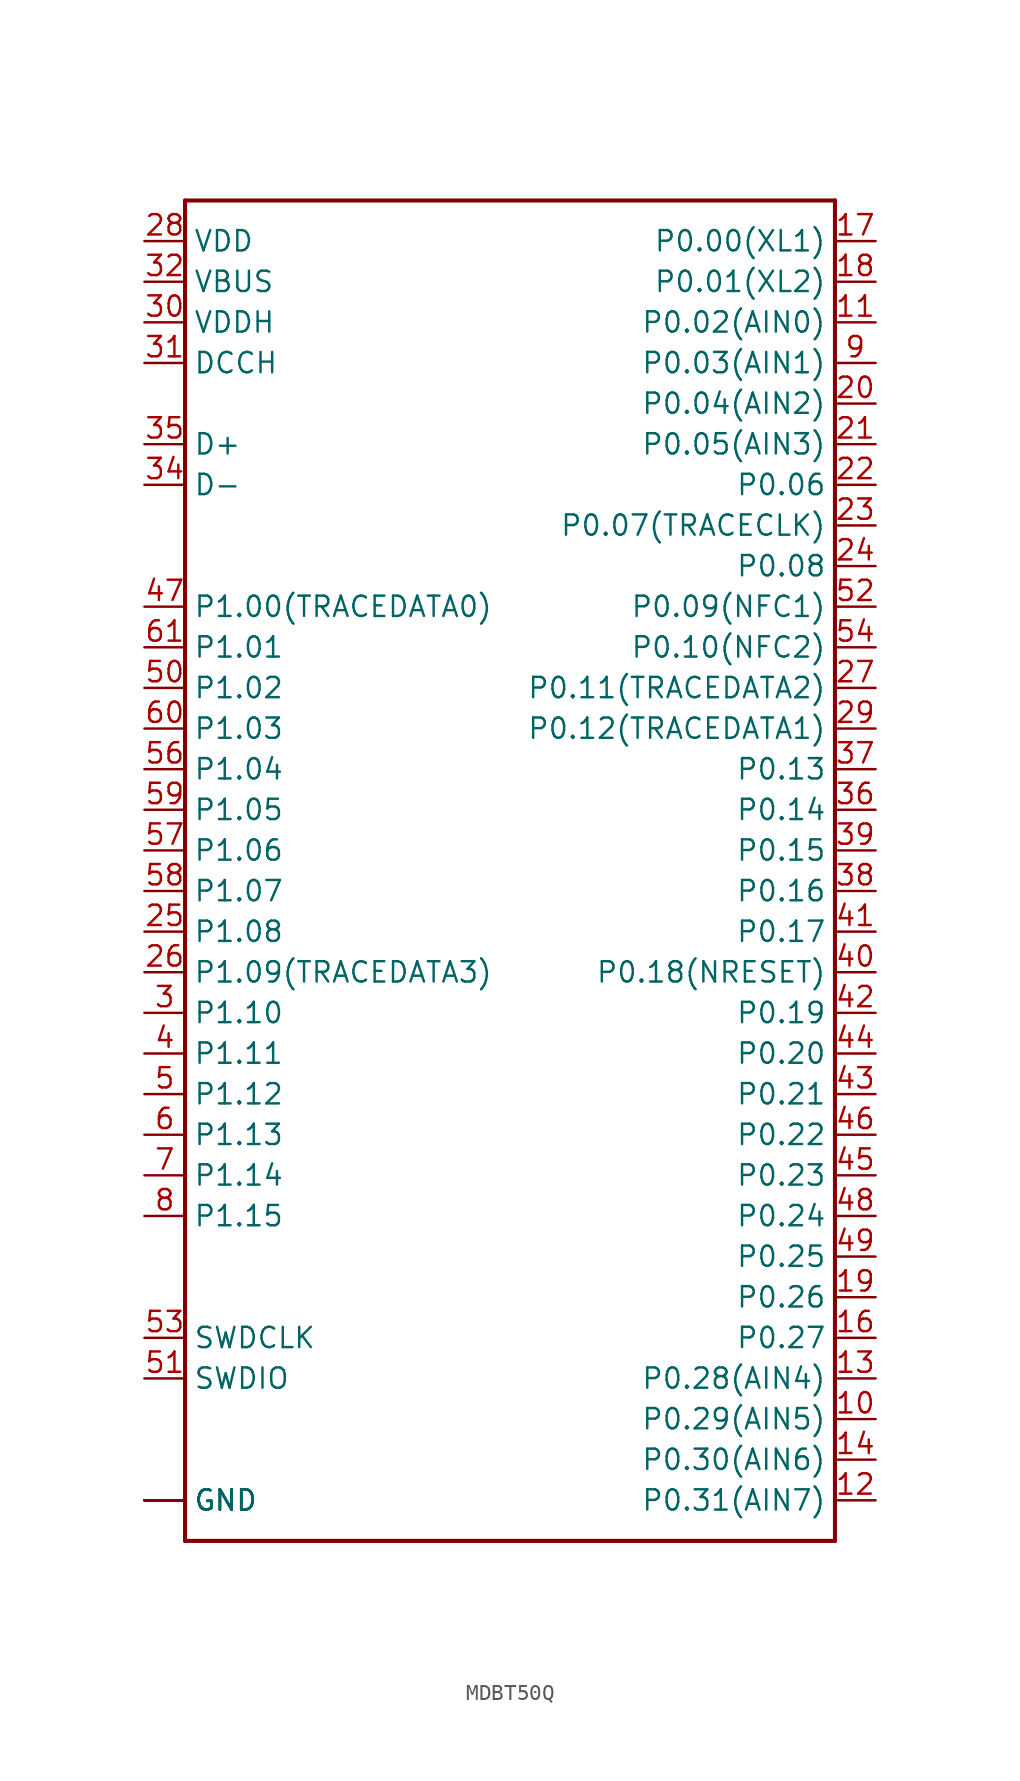
<source format=kicad_sym>
(kicad_symbol_lib
  (version 20220914)
  (generator kicad_symbol_editor)
  (symbol "MDBT50Q"
    (property "Reference" "U"
      (at -20.32 38.354 0)
      (effects (font (size 1.778 1.778)) (justify left bottom) hide))
    (property "ki_locked" ""
      (at 0 0 0)
      (effects (font (size 1.27 1.27))))
    (symbol "MDBT50Q_1_0"
      (polyline (pts (xy -20.32 -45.72) (xy 20.32 -45.72)) (stroke (width 0.254) (type solid)) (fill (type none)))
      (polyline (pts (xy -20.32 38.1) (xy -20.32 -45.72)) (stroke (width 0.254) (type solid)) (fill (type none)))
      (polyline (pts (xy 20.32 -45.72) (xy 20.32 38.1)) (stroke (width 0.254) (type solid)) (fill (type none)))
      (polyline (pts (xy 20.32 38.1) (xy -20.32 38.1)) (stroke (width 0.254) (type solid)) (fill (type none)))
      (pin bidirectional line (at -22.86 -43.18 0) (length 2.54) (name "GND" (effects (font (size 1.27 1.27)))) (number "1" (effects (font (size 0 0)))))
      (pin bidirectional line (at 22.86 -38.1 180) (length 2.54) (name "P0.29(AIN5)" (effects (font (size 1.27 1.27)))) (number "10" (effects (font (size 1.27 1.27)))))
      (pin bidirectional line (at 22.86 30.48 180) (length 2.54) (name "P0.02(AIN0)" (effects (font (size 1.27 1.27)))) (number "11" (effects (font (size 1.27 1.27)))))
      (pin bidirectional line (at 22.86 -43.18 180) (length 2.54) (name "P0.31(AIN7)" (effects (font (size 1.27 1.27)))) (number "12" (effects (font (size 1.27 1.27)))))
      (pin bidirectional line (at 22.86 -35.56 180) (length 2.54) (name "P0.28(AIN4)" (effects (font (size 1.27 1.27)))) (number "13" (effects (font (size 1.27 1.27)))))
      (pin bidirectional line (at 22.86 -40.64 180) (length 2.54) (name "P0.30(AIN6)" (effects (font (size 1.27 1.27)))) (number "14" (effects (font (size 1.27 1.27)))))
      (pin bidirectional line (at -22.86 -43.18 0) (length 2.54) (name "GND" (effects (font (size 1.27 1.27)))) (number "15" (effects (font (size 0 0)))))
      (pin bidirectional line (at 22.86 -33.02 180) (length 2.54) (name "P0.27" (effects (font (size 1.27 1.27)))) (number "16" (effects (font (size 1.27 1.27)))))
      (pin bidirectional line (at 22.86 35.56 180) (length 2.54) (name "P0.00(XL1)" (effects (font (size 1.27 1.27)))) (number "17" (effects (font (size 1.27 1.27)))))
      (pin bidirectional line (at 22.86 33.02 180) (length 2.54) (name "P0.01(XL2)" (effects (font (size 1.27 1.27)))) (number "18" (effects (font (size 1.27 1.27)))))
      (pin bidirectional line (at 22.86 -30.48 180) (length 2.54) (name "P0.26" (effects (font (size 1.27 1.27)))) (number "19" (effects (font (size 1.27 1.27)))))
      (pin bidirectional line (at -22.86 -43.18 0) (length 2.54) (name "GND" (effects (font (size 1.27 1.27)))) (number "2" (effects (font (size 0 0)))))
      (pin bidirectional line (at 22.86 25.4 180) (length 2.54) (name "P0.04(AIN2)" (effects (font (size 1.27 1.27)))) (number "20" (effects (font (size 1.27 1.27)))))
      (pin bidirectional line (at 22.86 22.86 180) (length 2.54) (name "P0.05(AIN3)" (effects (font (size 1.27 1.27)))) (number "21" (effects (font (size 1.27 1.27)))))
      (pin bidirectional line (at 22.86 20.32 180) (length 2.54) (name "P0.06" (effects (font (size 1.27 1.27)))) (number "22" (effects (font (size 1.27 1.27)))))
      (pin bidirectional line (at 22.86 17.78 180) (length 2.54) (name "P0.07(TRACECLK)" (effects (font (size 1.27 1.27)))) (number "23" (effects (font (size 1.27 1.27)))))
      (pin bidirectional line (at 22.86 15.24 180) (length 2.54) (name "P0.08" (effects (font (size 1.27 1.27)))) (number "24" (effects (font (size 1.27 1.27)))))
      (pin bidirectional line (at -22.86 -7.62 0) (length 2.54) (name "P1.08" (effects (font (size 1.27 1.27)))) (number "25" (effects (font (size 1.27 1.27)))))
      (pin bidirectional line (at -22.86 -10.16 0) (length 2.54) (name "P1.09(TRACEDATA3)" (effects (font (size 1.27 1.27)))) (number "26" (effects (font (size 1.27 1.27)))))
      (pin bidirectional line (at 22.86 7.62 180) (length 2.54) (name "P0.11(TRACEDATA2)" (effects (font (size 1.27 1.27)))) (number "27" (effects (font (size 1.27 1.27)))))
      (pin bidirectional line (at -22.86 35.56 0) (length 2.54) (name "VDD" (effects (font (size 1.27 1.27)))) (number "28" (effects (font (size 1.27 1.27)))))
      (pin bidirectional line (at 22.86 5.08 180) (length 2.54) (name "P0.12(TRACEDATA1)" (effects (font (size 1.27 1.27)))) (number "29" (effects (font (size 1.27 1.27)))))
      (pin bidirectional line (at -22.86 -12.7 0) (length 2.54) (name "P1.10" (effects (font (size 1.27 1.27)))) (number "3" (effects (font (size 1.27 1.27)))))
      (pin bidirectional line (at -22.86 30.48 0) (length 2.54) (name "VDDH" (effects (font (size 1.27 1.27)))) (number "30" (effects (font (size 1.27 1.27)))))
      (pin bidirectional line (at -22.86 27.94 0) (length 2.54) (name "DCCH" (effects (font (size 1.27 1.27)))) (number "31" (effects (font (size 1.27 1.27)))))
      (pin bidirectional line (at -22.86 33.02 0) (length 2.54) (name "VBUS" (effects (font (size 1.27 1.27)))) (number "32" (effects (font (size 1.27 1.27)))))
      (pin bidirectional line (at -22.86 -43.18 0) (length 2.54) (name "GND" (effects (font (size 1.27 1.27)))) (number "33" (effects (font (size 0 0)))))
      (pin bidirectional line (at -22.86 20.32 0) (length 2.54) (name "D-" (effects (font (size 1.27 1.27)))) (number "34" (effects (font (size 1.27 1.27)))))
      (pin bidirectional line (at -22.86 22.86 0) (length 2.54) (name "D+" (effects (font (size 1.27 1.27)))) (number "35" (effects (font (size 1.27 1.27)))))
      (pin bidirectional line (at 22.86 0 180) (length 2.54) (name "P0.14" (effects (font (size 1.27 1.27)))) (number "36" (effects (font (size 1.27 1.27)))))
      (pin bidirectional line (at 22.86 2.54 180) (length 2.54) (name "P0.13" (effects (font (size 1.27 1.27)))) (number "37" (effects (font (size 1.27 1.27)))))
      (pin bidirectional line (at 22.86 -5.08 180) (length 2.54) (name "P0.16" (effects (font (size 1.27 1.27)))) (number "38" (effects (font (size 1.27 1.27)))))
      (pin bidirectional line (at 22.86 -2.54 180) (length 2.54) (name "P0.15" (effects (font (size 1.27 1.27)))) (number "39" (effects (font (size 1.27 1.27)))))
      (pin bidirectional line (at -22.86 -15.24 0) (length 2.54) (name "P1.11" (effects (font (size 1.27 1.27)))) (number "4" (effects (font (size 1.27 1.27)))))
      (pin bidirectional line (at 22.86 -10.16 180) (length 2.54) (name "P0.18(NRESET)" (effects (font (size 1.27 1.27)))) (number "40" (effects (font (size 1.27 1.27)))))
      (pin bidirectional line (at 22.86 -7.62 180) (length 2.54) (name "P0.17" (effects (font (size 1.27 1.27)))) (number "41" (effects (font (size 1.27 1.27)))))
      (pin bidirectional line (at 22.86 -12.7 180) (length 2.54) (name "P0.19" (effects (font (size 1.27 1.27)))) (number "42" (effects (font (size 1.27 1.27)))))
      (pin bidirectional line (at 22.86 -17.78 180) (length 2.54) (name "P0.21" (effects (font (size 1.27 1.27)))) (number "43" (effects (font (size 1.27 1.27)))))
      (pin bidirectional line (at 22.86 -15.24 180) (length 2.54) (name "P0.20" (effects (font (size 1.27 1.27)))) (number "44" (effects (font (size 1.27 1.27)))))
      (pin bidirectional line (at 22.86 -22.86 180) (length 2.54) (name "P0.23" (effects (font (size 1.27 1.27)))) (number "45" (effects (font (size 1.27 1.27)))))
      (pin bidirectional line (at 22.86 -20.32 180) (length 2.54) (name "P0.22" (effects (font (size 1.27 1.27)))) (number "46" (effects (font (size 1.27 1.27)))))
      (pin bidirectional line (at -22.86 12.7 0) (length 2.54) (name "P1.00(TRACEDATA0)" (effects (font (size 1.27 1.27)))) (number "47" (effects (font (size 1.27 1.27)))))
      (pin bidirectional line (at 22.86 -25.4 180) (length 2.54) (name "P0.24" (effects (font (size 1.27 1.27)))) (number "48" (effects (font (size 1.27 1.27)))))
      (pin bidirectional line (at 22.86 -27.94 180) (length 2.54) (name "P0.25" (effects (font (size 1.27 1.27)))) (number "49" (effects (font (size 1.27 1.27)))))
      (pin bidirectional line (at -22.86 -17.78 0) (length 2.54) (name "P1.12" (effects (font (size 1.27 1.27)))) (number "5" (effects (font (size 1.27 1.27)))))
      (pin bidirectional line (at -22.86 7.62 0) (length 2.54) (name "P1.02" (effects (font (size 1.27 1.27)))) (number "50" (effects (font (size 1.27 1.27)))))
      (pin bidirectional line (at -22.86 -35.56 0) (length 2.54) (name "SWDIO" (effects (font (size 1.27 1.27)))) (number "51" (effects (font (size 1.27 1.27)))))
      (pin bidirectional line (at 22.86 12.7 180) (length 2.54) (name "P0.09(NFC1)" (effects (font (size 1.27 1.27)))) (number "52" (effects (font (size 1.27 1.27)))))
      (pin bidirectional line (at -22.86 -33.02 0) (length 2.54) (name "SWDCLK" (effects (font (size 1.27 1.27)))) (number "53" (effects (font (size 1.27 1.27)))))
      (pin bidirectional line (at 22.86 10.16 180) (length 2.54) (name "P0.10(NFC2)" (effects (font (size 1.27 1.27)))) (number "54" (effects (font (size 1.27 1.27)))))
      (pin bidirectional line (at -22.86 -43.18 0) (length 2.54) (name "GND" (effects (font (size 1.27 1.27)))) (number "55" (effects (font (size 0 0)))))
      (pin bidirectional line (at -22.86 2.54 0) (length 2.54) (name "P1.04" (effects (font (size 1.27 1.27)))) (number "56" (effects (font (size 1.27 1.27)))))
      (pin bidirectional line (at -22.86 -2.54 0) (length 2.54) (name "P1.06" (effects (font (size 1.27 1.27)))) (number "57" (effects (font (size 1.27 1.27)))))
      (pin bidirectional line (at -22.86 -5.08 0) (length 2.54) (name "P1.07" (effects (font (size 1.27 1.27)))) (number "58" (effects (font (size 1.27 1.27)))))
      (pin bidirectional line (at -22.86 0 0) (length 2.54) (name "P1.05" (effects (font (size 1.27 1.27)))) (number "59" (effects (font (size 1.27 1.27)))))
      (pin bidirectional line (at -22.86 -20.32 0) (length 2.54) (name "P1.13" (effects (font (size 1.27 1.27)))) (number "6" (effects (font (size 1.27 1.27)))))
      (pin bidirectional line (at -22.86 5.08 0) (length 2.54) (name "P1.03" (effects (font (size 1.27 1.27)))) (number "60" (effects (font (size 1.27 1.27)))))
      (pin bidirectional line (at -22.86 10.16 0) (length 2.54) (name "P1.01" (effects (font (size 1.27 1.27)))) (number "61" (effects (font (size 1.27 1.27)))))
      (pin bidirectional line (at -22.86 -22.86 0) (length 2.54) (name "P1.14" (effects (font (size 1.27 1.27)))) (number "7" (effects (font (size 1.27 1.27)))))
      (pin bidirectional line (at -22.86 -25.4 0) (length 2.54) (name "P1.15" (effects (font (size 1.27 1.27)))) (number "8" (effects (font (size 1.27 1.27)))))
      (pin bidirectional line (at 22.86 27.94 180) (length 2.54) (name "P0.03(AIN1)" (effects (font (size 1.27 1.27)))) (number "9" (effects (font (size 1.27 1.27))))))))
</source>
